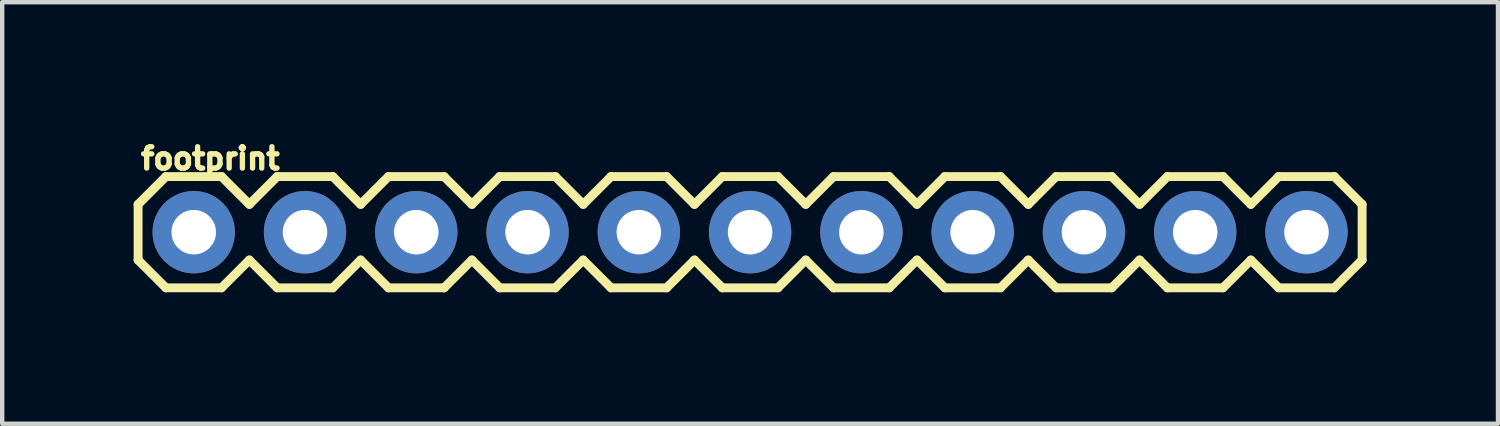
<source format=kicad_pcb>
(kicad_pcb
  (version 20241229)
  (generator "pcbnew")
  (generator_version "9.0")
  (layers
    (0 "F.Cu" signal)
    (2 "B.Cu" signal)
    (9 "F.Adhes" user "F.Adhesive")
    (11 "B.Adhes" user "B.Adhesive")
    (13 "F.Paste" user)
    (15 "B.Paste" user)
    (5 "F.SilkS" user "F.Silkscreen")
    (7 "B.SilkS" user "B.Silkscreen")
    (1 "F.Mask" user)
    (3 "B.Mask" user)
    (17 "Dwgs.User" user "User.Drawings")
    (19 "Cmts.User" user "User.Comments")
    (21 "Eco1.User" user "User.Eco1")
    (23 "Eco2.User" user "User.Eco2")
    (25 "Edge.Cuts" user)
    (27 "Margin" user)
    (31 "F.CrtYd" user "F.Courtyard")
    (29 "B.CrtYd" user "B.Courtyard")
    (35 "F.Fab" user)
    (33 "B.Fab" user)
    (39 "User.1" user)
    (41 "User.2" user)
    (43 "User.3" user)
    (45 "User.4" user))
  (footprint "footprint"
    (layer "F.Cu")
    (at 1.372 2.25)
    (property "Reference" "footprint" (at -1.27 -1.397 0) (layer "F.SilkS") (effects (font (size 0.488 0.488) (thickness 0.122)) (justify left bottom)))
    (fp_line (start -1.27 -0.635) (end -1.27 0.635) (stroke (width 0.203) (type solid)) (layer "F.SilkS"))
    (fp_line (start -1.27 0.635) (end -0.635 1.27) (stroke (width 0.203) (type solid)) (layer "F.SilkS"))
    (fp_line (start -0.635 -1.27) (end -1.27 -0.635) (stroke (width 0.203) (type solid)) (layer "F.SilkS"))
    (fp_line (start -0.635 -1.27) (end 0.635 -1.27) (stroke (width 0.203) (type solid)) (layer "F.SilkS"))
    (fp_line (start 0.635 -1.27) (end 1.27 -0.635) (stroke (width 0.203) (type solid)) (layer "F.SilkS"))
    (fp_line (start 0.635 1.27) (end -0.635 1.27) (stroke (width 0.203) (type solid)) (layer "F.SilkS"))
    (fp_line (start 1.27 -0.635) (end 1.905 -1.27) (stroke (width 0.203) (type solid)) (layer "F.SilkS"))
    (fp_line (start 1.27 0.635) (end 0.635 1.27) (stroke (width 0.203) (type solid)) (layer "F.SilkS"))
    (fp_line (start 1.905 -1.27) (end 3.175 -1.27) (stroke (width 0.203) (type solid)) (layer "F.SilkS"))
    (fp_line (start 1.905 1.27) (end 1.27 0.635) (stroke (width 0.203) (type solid)) (layer "F.SilkS"))
    (fp_line (start 3.175 -1.27) (end 3.81 -0.635) (stroke (width 0.203) (type solid)) (layer "F.SilkS"))
    (fp_line (start 3.175 1.27) (end 1.905 1.27) (stroke (width 0.203) (type solid)) (layer "F.SilkS"))
    (fp_line (start 3.81 -0.635) (end 4.445 -1.27) (stroke (width 0.203) (type solid)) (layer "F.SilkS"))
    (fp_line (start 3.81 0.635) (end 3.175 1.27) (stroke (width 0.203) (type solid)) (layer "F.SilkS"))
    (fp_line (start 4.445 -1.27) (end 5.715 -1.27) (stroke (width 0.203) (type solid)) (layer "F.SilkS"))
    (fp_line (start 4.445 1.27) (end 3.81 0.635) (stroke (width 0.203) (type solid)) (layer "F.SilkS"))
    (fp_line (start 5.715 -1.27) (end 6.35 -0.635) (stroke (width 0.203) (type solid)) (layer "F.SilkS"))
    (fp_line (start 5.715 1.27) (end 4.445 1.27) (stroke (width 0.203) (type solid)) (layer "F.SilkS"))
    (fp_line (start 6.35 0.635) (end 5.715 1.27) (stroke (width 0.203) (type solid)) (layer "F.SilkS"))
    (fp_line (start 6.35 0.635) (end 6.985 1.27) (stroke (width 0.203) (type solid)) (layer "F.SilkS"))
    (fp_line (start 6.985 -1.27) (end 6.35 -0.635) (stroke (width 0.203) (type solid)) (layer "F.SilkS"))
    (fp_line (start 6.985 -1.27) (end 8.255 -1.27) (stroke (width 0.203) (type solid)) (layer "F.SilkS"))
    (fp_line (start 8.255 -1.27) (end 8.89 -0.635) (stroke (width 0.203) (type solid)) (layer "F.SilkS"))
    (fp_line (start 8.255 1.27) (end 6.985 1.27) (stroke (width 0.203) (type solid)) (layer "F.SilkS"))
    (fp_line (start 8.89 -0.635) (end 9.525 -1.27) (stroke (width 0.203) (type solid)) (layer "F.SilkS"))
    (fp_line (start 8.89 0.635) (end 8.255 1.27) (stroke (width 0.203) (type solid)) (layer "F.SilkS"))
    (fp_line (start 9.525 -1.27) (end 10.795 -1.27) (stroke (width 0.203) (type solid)) (layer "F.SilkS"))
    (fp_line (start 9.525 1.27) (end 8.89 0.635) (stroke (width 0.203) (type solid)) (layer "F.SilkS"))
    (fp_line (start 10.795 -1.27) (end 11.43 -0.635) (stroke (width 0.203) (type solid)) (layer "F.SilkS"))
    (fp_line (start 10.795 1.27) (end 9.525 1.27) (stroke (width 0.203) (type solid)) (layer "F.SilkS"))
    (fp_line (start 11.43 -0.635) (end 12.065 -1.27) (stroke (width 0.203) (type solid)) (layer "F.SilkS"))
    (fp_line (start 11.43 0.635) (end 10.795 1.27) (stroke (width 0.203) (type solid)) (layer "F.SilkS"))
    (fp_line (start 12.065 -1.27) (end 13.335 -1.27) (stroke (width 0.203) (type solid)) (layer "F.SilkS"))
    (fp_line (start 12.065 1.27) (end 11.43 0.635) (stroke (width 0.203) (type solid)) (layer "F.SilkS"))
    (fp_line (start 13.335 -1.27) (end 13.97 -0.635) (stroke (width 0.203) (type solid)) (layer "F.SilkS"))
    (fp_line (start 13.335 1.27) (end 12.065 1.27) (stroke (width 0.203) (type solid)) (layer "F.SilkS"))
    (fp_line (start 13.97 0.635) (end 13.335 1.27) (stroke (width 0.203) (type solid)) (layer "F.SilkS"))
    (fp_line (start 13.97 0.635) (end 14.605 1.27) (stroke (width 0.203) (type solid)) (layer "F.SilkS"))
    (fp_line (start 14.605 -1.27) (end 13.97 -0.635) (stroke (width 0.203) (type solid)) (layer "F.SilkS"))
    (fp_line (start 14.605 -1.27) (end 15.875 -1.27) (stroke (width 0.203) (type solid)) (layer "F.SilkS"))
    (fp_line (start 15.875 -1.27) (end 16.51 -0.635) (stroke (width 0.203) (type solid)) (layer "F.SilkS"))
    (fp_line (start 15.875 1.27) (end 14.605 1.27) (stroke (width 0.203) (type solid)) (layer "F.SilkS"))
    (fp_line (start 16.51 0.635) (end 15.875 1.27) (stroke (width 0.203) (type solid)) (layer "F.SilkS"))
    (fp_line (start 16.51 0.635) (end 17.145 1.27) (stroke (width 0.203) (type solid)) (layer "F.SilkS"))
    (fp_line (start 17.145 -1.27) (end 16.51 -0.635) (stroke (width 0.203) (type solid)) (layer "F.SilkS"))
    (fp_line (start 17.145 -1.27) (end 18.415 -1.27) (stroke (width 0.203) (type solid)) (layer "F.SilkS"))
    (fp_line (start 18.415 -1.27) (end 19.05 -0.635) (stroke (width 0.203) (type solid)) (layer "F.SilkS"))
    (fp_line (start 18.415 1.27) (end 17.145 1.27) (stroke (width 0.203) (type solid)) (layer "F.SilkS"))
    (fp_line (start 19.05 0.635) (end 18.415 1.27) (stroke (width 0.203) (type solid)) (layer "F.SilkS"))
    (fp_line (start 19.05 0.635) (end 19.685 1.27) (stroke (width 0.203) (type solid)) (layer "F.SilkS"))
    (fp_line (start 19.685 -1.27) (end 19.05 -0.635) (stroke (width 0.203) (type solid)) (layer "F.SilkS"))
    (fp_line (start 19.685 -1.27) (end 20.955 -1.27) (stroke (width 0.203) (type solid)) (layer "F.SilkS"))
    (fp_line (start 20.955 -1.27) (end 21.59 -0.635) (stroke (width 0.203) (type solid)) (layer "F.SilkS"))
    (fp_line (start 20.955 1.27) (end 19.685 1.27) (stroke (width 0.203) (type solid)) (layer "F.SilkS"))
    (fp_line (start 21.59 0.635) (end 20.955 1.27) (stroke (width 0.203) (type solid)) (layer "F.SilkS"))
    (fp_line (start 21.59 0.635) (end 22.225 1.27) (stroke (width 0.203) (type solid)) (layer "F.SilkS"))
    (fp_line (start 22.225 -1.27) (end 21.59 -0.635) (stroke (width 0.203) (type solid)) (layer "F.SilkS"))
    (fp_line (start 22.225 -1.27) (end 23.495 -1.27) (stroke (width 0.203) (type solid)) (layer "F.SilkS"))
    (fp_line (start 23.495 -1.27) (end 24.13 -0.635) (stroke (width 0.203) (type solid)) (layer "F.SilkS"))
    (fp_line (start 23.495 1.27) (end 22.225 1.27) (stroke (width 0.203) (type solid)) (layer "F.SilkS"))
    (fp_line (start 24.13 0.635) (end 23.495 1.27) (stroke (width 0.203) (type solid)) (layer "F.SilkS"))
    (fp_line (start 24.13 0.635) (end 24.765 1.27) (stroke (width 0.203) (type solid)) (layer "F.SilkS"))
    (fp_line (start 24.765 -1.27) (end 24.13 -0.635) (stroke (width 0.203) (type solid)) (layer "F.SilkS"))
    (fp_line (start 24.765 -1.27) (end 26.035 -1.27) (stroke (width 0.203) (type solid)) (layer "F.SilkS"))
    (fp_line (start 26.035 -1.27) (end 26.67 -0.635) (stroke (width 0.203) (type solid)) (layer "F.SilkS"))
    (fp_line (start 26.035 1.27) (end 24.765 1.27) (stroke (width 0.203) (type solid)) (layer "F.SilkS"))
    (fp_line (start 26.67 -0.635) (end 26.67 0.635) (stroke (width 0.203) (type solid)) (layer "F.SilkS"))
    (fp_line (start 26.67 0.635) (end 26.035 1.27) (stroke (width 0.203) (type solid)) (layer "F.SilkS"))
    (fp_poly (pts (xy -0.254 0.254) (xy 0.254 0.254) (xy 0.254 -0.254) (xy -0.254 -0.254)) (stroke (width 0.1) (type solid)) (fill no) (layer "F.Fab"))
    (fp_poly (pts (xy 2.286 0.254) (xy 2.794 0.254) (xy 2.794 -0.254) (xy 2.286 -0.254)) (stroke (width 0.1) (type solid)) (fill no) (layer "F.Fab"))
    (fp_poly (pts (xy 4.826 0.254) (xy 5.334 0.254) (xy 5.334 -0.254) (xy 4.826 -0.254)) (stroke (width 0.1) (type solid)) (fill no) (layer "F.Fab"))
    (fp_poly (pts (xy 7.366 0.254) (xy 7.874 0.254) (xy 7.874 -0.254) (xy 7.366 -0.254)) (stroke (width 0.1) (type solid)) (fill no) (layer "F.Fab"))
    (fp_poly (pts (xy 9.906 0.254) (xy 10.414 0.254) (xy 10.414 -0.254) (xy 9.906 -0.254)) (stroke (width 0.1) (type solid)) (fill no) (layer "F.Fab"))
    (fp_poly (pts (xy 12.446 0.254) (xy 12.954 0.254) (xy 12.954 -0.254) (xy 12.446 -0.254)) (stroke (width 0.1) (type solid)) (fill no) (layer "F.Fab"))
    (fp_poly (pts (xy 14.986 0.254) (xy 15.494 0.254) (xy 15.494 -0.254) (xy 14.986 -0.254)) (stroke (width 0.1) (type solid)) (fill no) (layer "F.Fab"))
    (fp_poly (pts (xy 17.526 0.254) (xy 18.034 0.254) (xy 18.034 -0.254) (xy 17.526 -0.254)) (stroke (width 0.1) (type solid)) (fill no) (layer "F.Fab"))
    (fp_poly (pts (xy 20.066 0.254) (xy 20.574 0.254) (xy 20.574 -0.254) (xy 20.066 -0.254)) (stroke (width 0.1) (type solid)) (fill no) (layer "F.Fab"))
    (fp_poly (pts (xy 22.606 0.254) (xy 23.114 0.254) (xy 23.114 -0.254) (xy 22.606 -0.254)) (stroke (width 0.1) (type solid)) (fill no) (layer "F.Fab"))
    (fp_poly (pts (xy 25.146 0.254) (xy 25.654 0.254) (xy 25.654 -0.254) (xy 25.146 -0.254)) (stroke (width 0.1) (type solid)) (fill no) (layer "F.Fab"))
    (pad "1" thru_hole circle (at 0 0 90) (size 1.88 1.88) (drill 1.016) (layers "*.Cu" "*.Mask"))
    (pad "2" thru_hole circle (at 2.54 0 90) (size 1.88 1.88) (drill 1.016) (layers "*.Cu" "*.Mask"))
    (pad "3" thru_hole circle (at 5.08 0 90) (size 1.88 1.88) (drill 1.016) (layers "*.Cu" "*.Mask"))
    (pad "4" thru_hole circle (at 7.62 0 90) (size 1.88 1.88) (drill 1.016) (layers "*.Cu" "*.Mask"))
    (pad "5" thru_hole circle (at 10.16 0 90) (size 1.88 1.88) (drill 1.016) (layers "*.Cu" "*.Mask"))
    (pad "6" thru_hole circle (at 12.7 0 90) (size 1.88 1.88) (drill 1.016) (layers "*.Cu" "*.Mask"))
    (pad "7" thru_hole circle (at 15.24 0 90) (size 1.88 1.88) (drill 1.016) (layers "*.Cu" "*.Mask"))
    (pad "8" thru_hole circle (at 17.78 0 90) (size 1.88 1.88) (drill 1.016) (layers "*.Cu" "*.Mask"))
    (pad "9" thru_hole circle (at 20.32 0 90) (size 1.88 1.88) (drill 1.016) (layers "*.Cu" "*.Mask"))
    (pad "10" thru_hole circle (at 22.86 0 90) (size 1.88 1.88) (drill 1.016) (layers "*.Cu" "*.Mask"))
    (pad "11" thru_hole circle (at 25.4 0 90) (size 1.88 1.88) (drill 1.016) (layers "*.Cu" "*.Mask")))
  (gr_rect
    (start -3 -3)
    (end 31.143 6.622)
    (stroke (width 0.1) (type default))
    (fill no)
    (layer "Edge.Cuts")))
</source>
